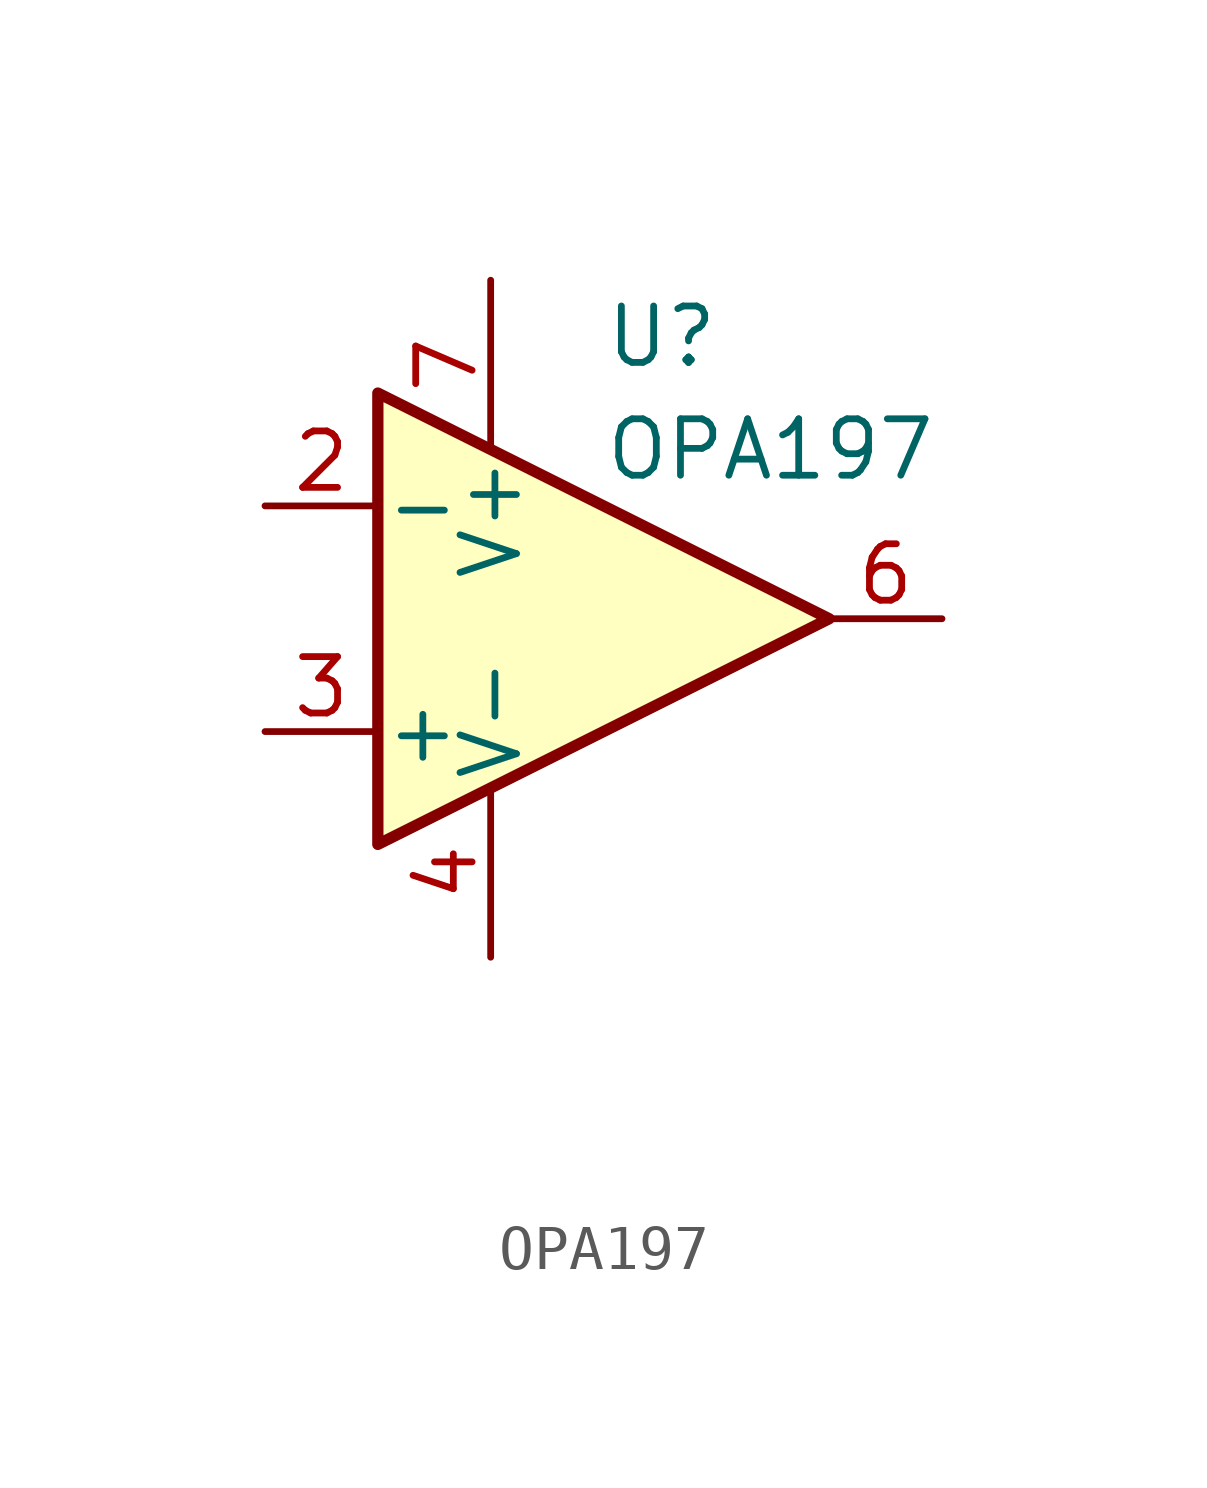
<source format=kicad_sym>
(kicad_symbol_lib
  (version 20231120)
  (generator "kicad_symbol_editor")
  (generator_version "8.0")
  (symbol "OPA197"
    (pin_names
      (offset 0.127))
    (property "Reference" "U"
      (at 0 6.35 0)
      (effects (font (size 1.27 1.27)) (justify left)))
    (property "Value" "OPA197"
      (at 0 3.81 0)
      (effects (font (size 1.27 1.27)) (justify left)))
    (symbol "OPA197_1_1"
      (polyline (pts (xy -5.08 5.08) (xy 5.08 0) (xy -5.08 -5.08) (xy -5.08 5.08)) (stroke (width 0.254) (type default)) (fill (type background)))
      (pin no_connect line (at 5.08 -6.35 180) (length 2.54) hide (name "" (effects (font (size 1.27 1.27)))) (number "1" (effects (font (size 1.27 1.27)))))
      (pin input line (at -7.62 2.54 0) (length 2.54) (name "-" (effects (font (size 1.27 1.27)))) (number "2" (effects (font (size 1.27 1.27)))))
      (pin input line (at -7.62 -2.54 0) (length 2.54) (name "+" (effects (font (size 1.27 1.27)))) (number "3" (effects (font (size 1.27 1.27)))))
      (pin power_in line (at -2.54 -7.62 90) (length 3.81) (name "V-" (effects (font (size 1.27 1.27)))) (number "4" (effects (font (size 1.27 1.27)))))
      (pin no_connect line (at 5.08 -8.89 180) (length 2.54) hide (name "" (effects (font (size 1.27 1.27)))) (number "5" (effects (font (size 1.27 1.27)))))
      (pin output line (at 7.62 0 180) (length 2.54) (name "~" (effects (font (size 1.27 1.27)))) (number "6" (effects (font (size 1.27 1.27)))))
      (pin power_in line (at -2.54 7.62 270) (length 3.81) (name "V+" (effects (font (size 1.27 1.27)))) (number "7" (effects (font (size 1.27 1.27)))))
      (pin no_connect line (at 5.08 -11.43 180) (length 2.54) hide (name "" (effects (font (size 1.27 1.27)))) (number "8" (effects (font (size 1.27 1.27))))))))
</source>
